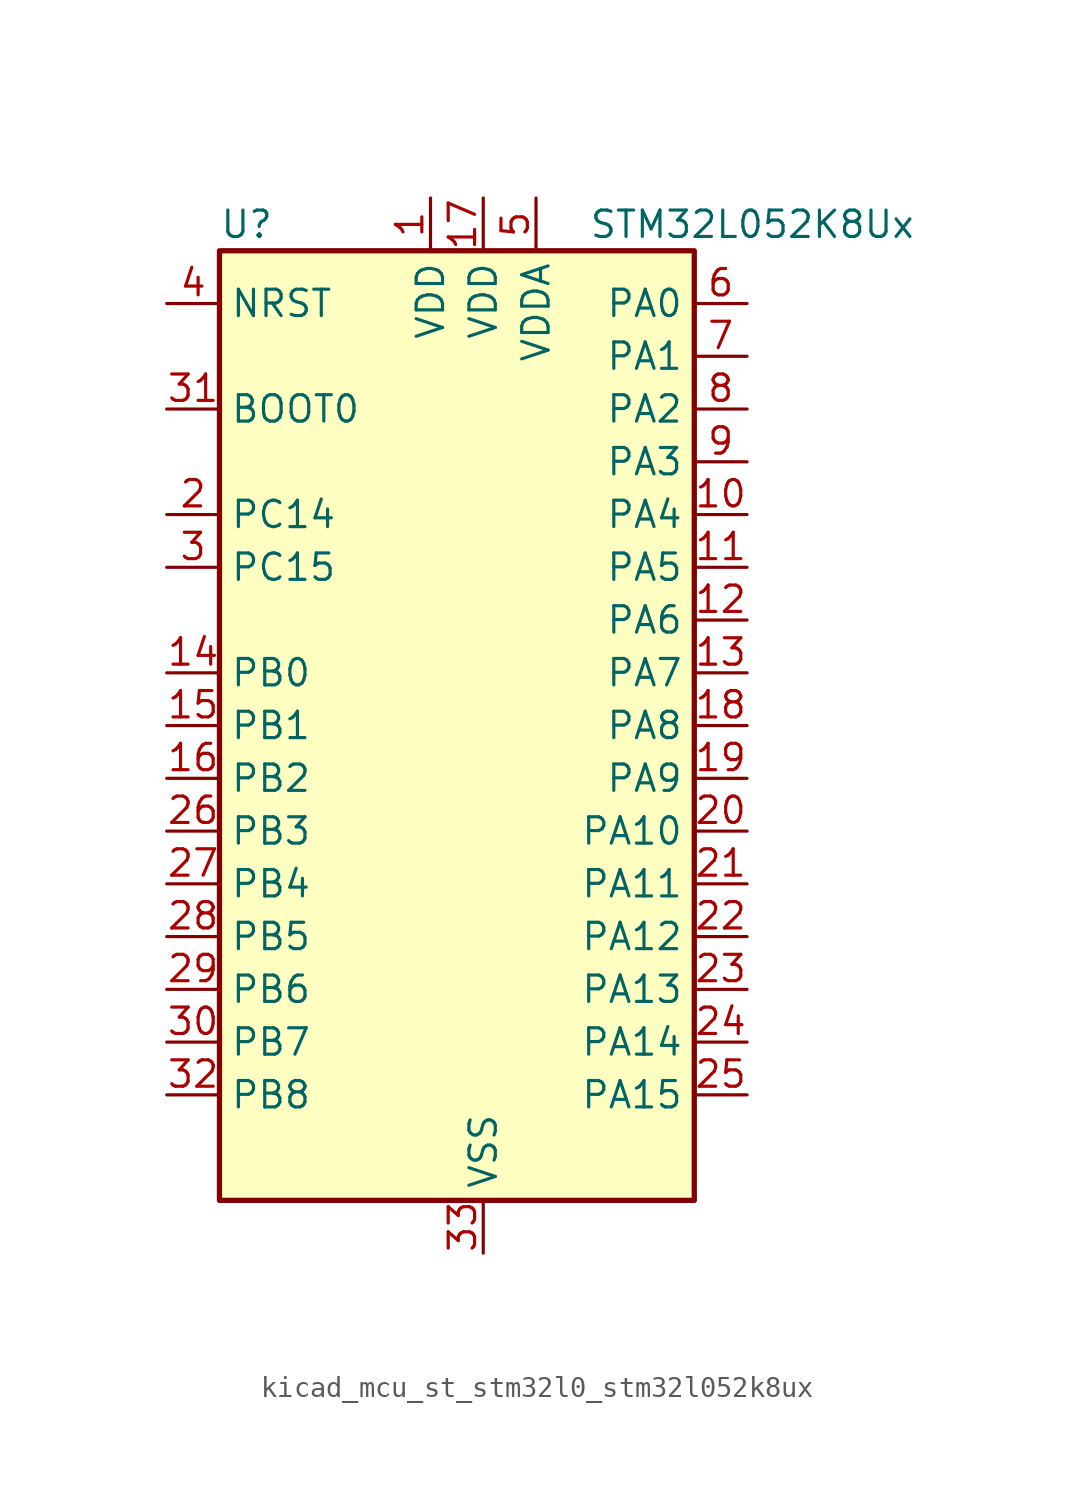
<source format=kicad_sym>
(kicad_symbol_lib
  (version 20220914)
  (generator kicad_symbol_editor)
  (symbol "kicad_mcu_st_stm32l0_stm32l052k8ux"
    (property "Reference" "U"
      (at -10.16 24.13 0)
      (effects (font (size 1.27 1.27)) (justify left)))
    (property "Value" "STM32L052K8Ux"
      (at 7.62 24.13 0)
      (effects (font (size 1.27 1.27)) (justify left)))
    (property "ki_locked" ""
      (at 0 0 0)
      (effects (font (size 1.27 1.27))))
    (symbol "kicad_mcu_st_stm32l0_stm32l052k8ux_0_1"
      (rectangle (start -10.16 -22.86) (end 12.7 22.86) (stroke (width 0.254) (type default)) (fill (type background))))
    (symbol "kicad_mcu_st_stm32l0_stm32l052k8ux_1_1"
      (pin power_in line (at 0 25.4 270) (length 2.54) (name "VDD" (effects (font (size 1.27 1.27)))) (number "1" (effects (font (size 1.27 1.27)))))
      (pin bidirectional line (at 15.24 10.16 180) (length 2.54) (name "PA4" (effects (font (size 1.27 1.27)))) (number "10" (effects (font (size 1.27 1.27)))) (alternate "ADC_IN4" bidirectional line) (alternate "COMP1_INM" bidirectional line) (alternate "COMP2_INM" bidirectional line) (alternate "DAC_OUT1" bidirectional line) (alternate "SPI1_NSS" bidirectional line) (alternate "TIM22_ETR" bidirectional line) (alternate "TSC_G2_IO1" bidirectional line) (alternate "USART2_CK" bidirectional line))
      (pin bidirectional line (at 15.24 7.62 180) (length 2.54) (name "PA5" (effects (font (size 1.27 1.27)))) (number "11" (effects (font (size 1.27 1.27)))) (alternate "ADC_IN5" bidirectional line) (alternate "COMP1_INM" bidirectional line) (alternate "COMP2_INM" bidirectional line) (alternate "SPI1_SCK" bidirectional line) (alternate "TIM2_CH1" bidirectional line) (alternate "TIM2_ETR" bidirectional line) (alternate "TSC_G2_IO2" bidirectional line))
      (pin bidirectional line (at 15.24 5.08 180) (length 2.54) (name "PA6" (effects (font (size 1.27 1.27)))) (number "12" (effects (font (size 1.27 1.27)))) (alternate "ADC_IN6" bidirectional line) (alternate "COMP1_OUT" bidirectional line) (alternate "SPI1_MISO" bidirectional line) (alternate "TIM22_CH1" bidirectional line) (alternate "TSC_G2_IO3" bidirectional line))
      (pin bidirectional line (at 15.24 2.54 180) (length 2.54) (name "PA7" (effects (font (size 1.27 1.27)))) (number "13" (effects (font (size 1.27 1.27)))) (alternate "ADC_IN7" bidirectional line) (alternate "COMP2_OUT" bidirectional line) (alternate "SPI1_MOSI" bidirectional line) (alternate "TIM22_CH2" bidirectional line) (alternate "TSC_G2_IO4" bidirectional line))
      (pin bidirectional line (at -12.7 2.54 0) (length 2.54) (name "PB0" (effects (font (size 1.27 1.27)))) (number "14" (effects (font (size 1.27 1.27)))) (alternate "ADC_IN8" bidirectional line) (alternate "SYS_VREF_OUT_PB0" bidirectional line) (alternate "TSC_G3_IO2" bidirectional line))
      (pin bidirectional line (at -12.7 0 0) (length 2.54) (name "PB1" (effects (font (size 1.27 1.27)))) (number "15" (effects (font (size 1.27 1.27)))) (alternate "ADC_IN9" bidirectional line) (alternate "SYS_VREF_OUT_PB1" bidirectional line) (alternate "TSC_G3_IO3" bidirectional line))
      (pin bidirectional line (at -12.7 -2.54 0) (length 2.54) (name "PB2" (effects (font (size 1.27 1.27)))) (number "16" (effects (font (size 1.27 1.27)))) (alternate "LPTIM1_OUT" bidirectional line) (alternate "TSC_G3_IO4" bidirectional line))
      (pin power_in line (at 2.54 25.4 270) (length 2.54) (name "VDD" (effects (font (size 1.27 1.27)))) (number "17" (effects (font (size 1.27 1.27)))))
      (pin bidirectional line (at 15.24 0 180) (length 2.54) (name "PA8" (effects (font (size 1.27 1.27)))) (number "18" (effects (font (size 1.27 1.27)))) (alternate "CRS_SYNC" bidirectional line) (alternate "RCC_MCO" bidirectional line) (alternate "USART1_CK" bidirectional line))
      (pin bidirectional line (at 15.24 -2.54 180) (length 2.54) (name "PA9" (effects (font (size 1.27 1.27)))) (number "19" (effects (font (size 1.27 1.27)))) (alternate "DAC_EXTI9" bidirectional line) (alternate "RCC_MCO" bidirectional line) (alternate "TSC_G4_IO1" bidirectional line) (alternate "USART1_TX" bidirectional line))
      (pin bidirectional line (at -12.7 10.16 0) (length 2.54) (name "PC14" (effects (font (size 1.27 1.27)))) (number "2" (effects (font (size 1.27 1.27)))) (alternate "RCC_OSC32_IN" bidirectional line))
      (pin bidirectional line (at 15.24 -5.08 180) (length 2.54) (name "PA10" (effects (font (size 1.27 1.27)))) (number "20" (effects (font (size 1.27 1.27)))) (alternate "TSC_G4_IO2" bidirectional line) (alternate "USART1_RX" bidirectional line))
      (pin bidirectional line (at 15.24 -7.62 180) (length 2.54) (name "PA11" (effects (font (size 1.27 1.27)))) (number "21" (effects (font (size 1.27 1.27)))) (alternate "ADC_EXTI11" bidirectional line) (alternate "COMP1_OUT" bidirectional line) (alternate "SPI1_MISO" bidirectional line) (alternate "TSC_G4_IO3" bidirectional line) (alternate "USART1_CTS" bidirectional line) (alternate "USB_DM" bidirectional line))
      (pin bidirectional line (at 15.24 -10.16 180) (length 2.54) (name "PA12" (effects (font (size 1.27 1.27)))) (number "22" (effects (font (size 1.27 1.27)))) (alternate "COMP2_OUT" bidirectional line) (alternate "SPI1_MOSI" bidirectional line) (alternate "TSC_G4_IO4" bidirectional line) (alternate "USART1_DE" bidirectional line) (alternate "USART1_RTS" bidirectional line) (alternate "USB_DP" bidirectional line))
      (pin bidirectional line (at 15.24 -12.7 180) (length 2.54) (name "PA13" (effects (font (size 1.27 1.27)))) (number "23" (effects (font (size 1.27 1.27)))) (alternate "SYS_SWDIO" bidirectional line) (alternate "USB_NOE" bidirectional line))
      (pin bidirectional line (at 15.24 -15.24 180) (length 2.54) (name "PA14" (effects (font (size 1.27 1.27)))) (number "24" (effects (font (size 1.27 1.27)))) (alternate "SYS_SWCLK" bidirectional line) (alternate "USART2_TX" bidirectional line))
      (pin bidirectional line (at 15.24 -17.78 180) (length 2.54) (name "PA15" (effects (font (size 1.27 1.27)))) (number "25" (effects (font (size 1.27 1.27)))) (alternate "SPI1_NSS" bidirectional line) (alternate "TIM2_CH1" bidirectional line) (alternate "TIM2_ETR" bidirectional line) (alternate "USART2_RX" bidirectional line))
      (pin bidirectional line (at -12.7 -5.08 0) (length 2.54) (name "PB3" (effects (font (size 1.27 1.27)))) (number "26" (effects (font (size 1.27 1.27)))) (alternate "COMP2_INM" bidirectional line) (alternate "SPI1_SCK" bidirectional line) (alternate "TIM2_CH2" bidirectional line) (alternate "TSC_G5_IO1" bidirectional line))
      (pin bidirectional line (at -12.7 -7.62 0) (length 2.54) (name "PB4" (effects (font (size 1.27 1.27)))) (number "27" (effects (font (size 1.27 1.27)))) (alternate "COMP2_INP" bidirectional line) (alternate "SPI1_MISO" bidirectional line) (alternate "TIM22_CH1" bidirectional line) (alternate "TSC_G5_IO2" bidirectional line))
      (pin bidirectional line (at -12.7 -10.16 0) (length 2.54) (name "PB5" (effects (font (size 1.27 1.27)))) (number "28" (effects (font (size 1.27 1.27)))) (alternate "COMP2_INP" bidirectional line) (alternate "I2C1_SMBA" bidirectional line) (alternate "LPTIM1_IN1" bidirectional line) (alternate "SPI1_MOSI" bidirectional line) (alternate "TIM22_CH2" bidirectional line))
      (pin bidirectional line (at -12.7 -12.7 0) (length 2.54) (name "PB6" (effects (font (size 1.27 1.27)))) (number "29" (effects (font (size 1.27 1.27)))) (alternate "COMP2_INP" bidirectional line) (alternate "I2C1_SCL" bidirectional line) (alternate "LPTIM1_ETR" bidirectional line) (alternate "TSC_G5_IO3" bidirectional line) (alternate "USART1_TX" bidirectional line))
      (pin bidirectional line (at -12.7 7.62 0) (length 2.54) (name "PC15" (effects (font (size 1.27 1.27)))) (number "3" (effects (font (size 1.27 1.27)))) (alternate "RCC_OSC32_OUT" bidirectional line))
      (pin bidirectional line (at -12.7 -15.24 0) (length 2.54) (name "PB7" (effects (font (size 1.27 1.27)))) (number "30" (effects (font (size 1.27 1.27)))) (alternate "COMP2_INP" bidirectional line) (alternate "I2C1_SDA" bidirectional line) (alternate "LPTIM1_IN2" bidirectional line) (alternate "SYS_PVD_IN" bidirectional line) (alternate "TSC_G5_IO4" bidirectional line) (alternate "USART1_RX" bidirectional line))
      (pin input line (at -12.7 15.24 0) (length 2.54) (name "BOOT0" (effects (font (size 1.27 1.27)))) (number "31" (effects (font (size 1.27 1.27)))))
      (pin bidirectional line (at -12.7 -17.78 0) (length 2.54) (name "PB8" (effects (font (size 1.27 1.27)))) (number "32" (effects (font (size 1.27 1.27)))) (alternate "I2C1_SCL" bidirectional line) (alternate "TSC_SYNC" bidirectional line))
      (pin power_in line (at 2.54 -25.4 90) (length 2.54) (name "VSS" (effects (font (size 1.27 1.27)))) (number "33" (effects (font (size 1.27 1.27)))))
      (pin input line (at -12.7 20.32 0) (length 2.54) (name "NRST" (effects (font (size 1.27 1.27)))) (number "4" (effects (font (size 1.27 1.27)))))
      (pin power_in line (at 5.08 25.4 270) (length 2.54) (name "VDDA" (effects (font (size 1.27 1.27)))) (number "5" (effects (font (size 1.27 1.27)))))
      (pin bidirectional line (at 15.24 20.32 180) (length 2.54) (name "PA0" (effects (font (size 1.27 1.27)))) (number "6" (effects (font (size 1.27 1.27)))) (alternate "ADC_IN0" bidirectional line) (alternate "COMP1_INM" bidirectional line) (alternate "COMP1_OUT" bidirectional line) (alternate "RTC_TAMP2" bidirectional line) (alternate "SYS_WKUP1" bidirectional line) (alternate "TIM2_CH1" bidirectional line) (alternate "TIM2_ETR" bidirectional line) (alternate "TSC_G1_IO1" bidirectional line) (alternate "USART2_CTS" bidirectional line))
      (pin bidirectional line (at 15.24 17.78 180) (length 2.54) (name "PA1" (effects (font (size 1.27 1.27)))) (number "7" (effects (font (size 1.27 1.27)))) (alternate "ADC_IN1" bidirectional line) (alternate "COMP1_INP" bidirectional line) (alternate "TIM21_ETR" bidirectional line) (alternate "TIM2_CH2" bidirectional line) (alternate "TSC_G1_IO2" bidirectional line) (alternate "USART2_DE" bidirectional line) (alternate "USART2_RTS" bidirectional line))
      (pin bidirectional line (at 15.24 15.24 180) (length 2.54) (name "PA2" (effects (font (size 1.27 1.27)))) (number "8" (effects (font (size 1.27 1.27)))) (alternate "ADC_IN2" bidirectional line) (alternate "COMP2_INM" bidirectional line) (alternate "COMP2_OUT" bidirectional line) (alternate "TIM21_CH1" bidirectional line) (alternate "TIM2_CH3" bidirectional line) (alternate "TSC_G1_IO3" bidirectional line) (alternate "USART2_TX" bidirectional line))
      (pin bidirectional line (at 15.24 12.7 180) (length 2.54) (name "PA3" (effects (font (size 1.27 1.27)))) (number "9" (effects (font (size 1.27 1.27)))) (alternate "ADC_IN3" bidirectional line) (alternate "COMP2_INP" bidirectional line) (alternate "TIM21_CH2" bidirectional line) (alternate "TIM2_CH4" bidirectional line) (alternate "TSC_G1_IO4" bidirectional line) (alternate "USART2_RX" bidirectional line)))))
</source>
